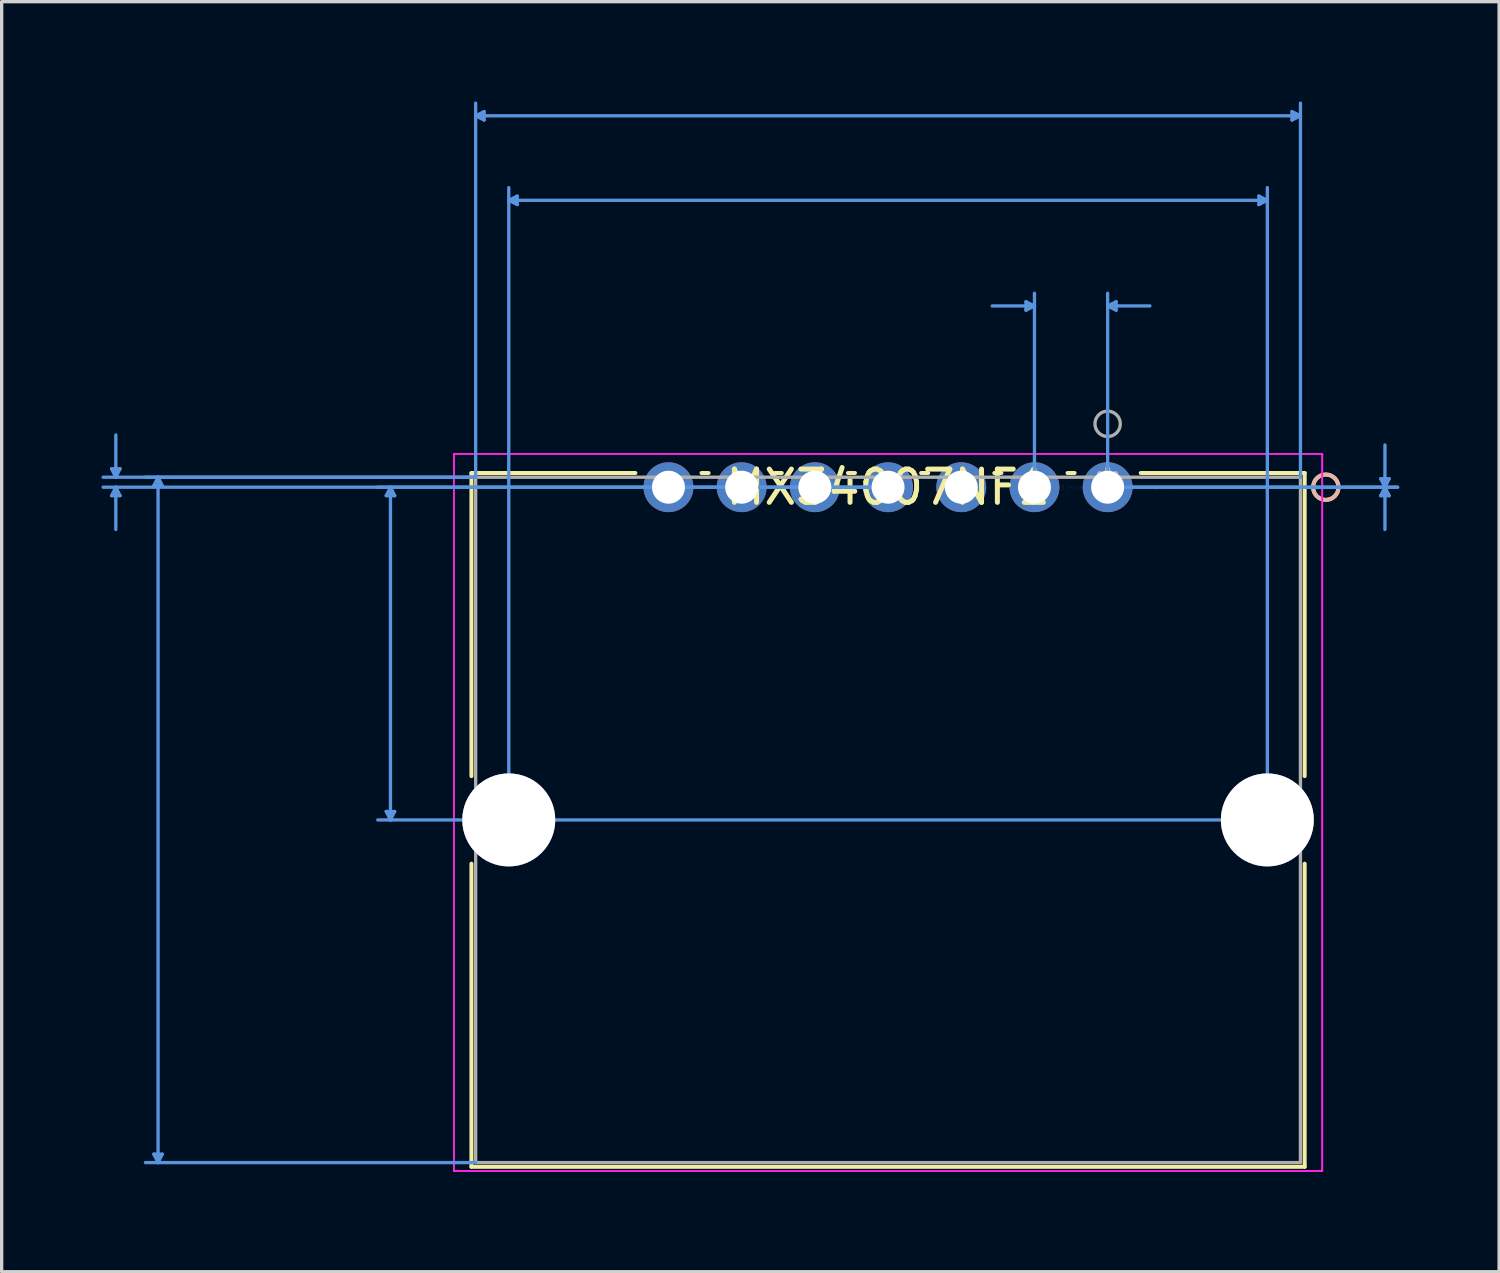
<source format=kicad_pcb>
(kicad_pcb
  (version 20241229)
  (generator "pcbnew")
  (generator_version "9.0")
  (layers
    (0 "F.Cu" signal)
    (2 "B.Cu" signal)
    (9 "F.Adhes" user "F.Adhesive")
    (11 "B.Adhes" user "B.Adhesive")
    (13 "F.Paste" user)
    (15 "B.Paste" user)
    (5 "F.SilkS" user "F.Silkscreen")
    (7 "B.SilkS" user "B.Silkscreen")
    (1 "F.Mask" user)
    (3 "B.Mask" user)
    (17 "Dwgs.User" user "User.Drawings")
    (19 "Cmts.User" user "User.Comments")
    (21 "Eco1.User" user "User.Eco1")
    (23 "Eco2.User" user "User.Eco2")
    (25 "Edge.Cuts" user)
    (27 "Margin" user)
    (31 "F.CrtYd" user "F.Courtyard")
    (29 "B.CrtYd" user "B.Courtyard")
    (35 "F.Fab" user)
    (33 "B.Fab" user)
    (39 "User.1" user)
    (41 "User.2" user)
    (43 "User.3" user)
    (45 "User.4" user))
  (footprint "MX34007NF1"
    (layer "F.Cu")
    (at 30.242 11.594)
    (property "Reference" "MX34007NF1" (at -6.6 0 0) (layer "F.SilkS") (effects (font (size 1 1) (thickness 0.15))))
    (attr through_hole)
    (fp_line (start -19.122 -0.427) (end -19.122 8.684) (stroke (width 0.12) (type solid)) (layer "F.SilkS"))
    (fp_line (start -19.122 11.316) (end -19.122 20.426) (stroke (width 0.12) (type solid)) (layer "F.SilkS"))
    (fp_line (start -19.122 20.426) (end 5.922 20.426) (stroke (width 0.12) (type solid)) (layer "F.SilkS"))
    (fp_line (start -14.194 -0.427) (end -19.122 -0.427) (stroke (width 0.12) (type solid)) (layer "F.SilkS"))
    (fp_line (start -11.994 -0.427) (end -12.206 -0.427) (stroke (width 0.12) (type solid)) (layer "F.SilkS"))
    (fp_line (start -9.794 -0.427) (end -10.006 -0.427) (stroke (width 0.12) (type solid)) (layer "F.SilkS"))
    (fp_line (start -7.594 -0.427) (end -7.806 -0.427) (stroke (width 0.12) (type solid)) (layer "F.SilkS"))
    (fp_line (start -5.394 -0.427) (end -5.606 -0.427) (stroke (width 0.12) (type solid)) (layer "F.SilkS"))
    (fp_line (start -3.194 -0.427) (end -3.406 -0.427) (stroke (width 0.12) (type solid)) (layer "F.SilkS"))
    (fp_line (start -0.994 -0.427) (end -1.206 -0.427) (stroke (width 0.12) (type solid)) (layer "F.SilkS"))
    (fp_line (start 5.922 -0.427) (end 0.994 -0.427) (stroke (width 0.12) (type solid)) (layer "F.SilkS"))
    (fp_line (start 5.922 8.684) (end 5.922 -0.427) (stroke (width 0.12) (type solid)) (layer "F.SilkS"))
    (fp_line (start 5.922 20.426) (end 5.922 11.316) (stroke (width 0.12) (type solid)) (layer "F.SilkS"))
    (fp_circle (center 6.557 0) (end 6.938 0) (stroke (width 0.12) (type solid)) (fill no) (layer "F.SilkS"))
    (fp_circle (center 6.557 0) (end 6.938 0) (stroke (width 0.12) (type solid)) (fill no) (layer "B.SilkS"))
    (fp_line (start -29.938 -0.554) (end -29.684 -0.554) (stroke (width 0.1) (type solid)) (layer "Cmts.User"))
    (fp_line (start -29.938 0.254) (end -29.684 0.254) (stroke (width 0.1) (type solid)) (layer "Cmts.User"))
    (fp_line (start -29.811 -0.3) (end -29.938 -0.554) (stroke (width 0.1) (type solid)) (layer "Cmts.User"))
    (fp_line (start -29.811 -0.3) (end -29.811 -1.57) (stroke (width 0.1) (type solid)) (layer "Cmts.User"))
    (fp_line (start -29.811 -0.3) (end -29.684 -0.554) (stroke (width 0.1) (type solid)) (layer "Cmts.User"))
    (fp_line (start -29.811 0) (end -29.938 0.254) (stroke (width 0.1) (type solid)) (layer "Cmts.User"))
    (fp_line (start -29.811 0) (end -29.811 1.27) (stroke (width 0.1) (type solid)) (layer "Cmts.User"))
    (fp_line (start -29.811 0) (end -29.684 0.254) (stroke (width 0.1) (type solid)) (layer "Cmts.User"))
    (fp_line (start -28.668 -0.046) (end -28.414 -0.046) (stroke (width 0.1) (type solid)) (layer "Cmts.User"))
    (fp_line (start -28.668 20.045) (end -28.414 20.045) (stroke (width 0.1) (type solid)) (layer "Cmts.User"))
    (fp_line (start -28.541 -0.3) (end -28.668 -0.046) (stroke (width 0.1) (type solid)) (layer "Cmts.User"))
    (fp_line (start -28.541 -0.3) (end -28.541 20.299) (stroke (width 0.1) (type solid)) (layer "Cmts.User"))
    (fp_line (start -28.541 -0.3) (end -28.414 -0.046) (stroke (width 0.1) (type solid)) (layer "Cmts.User"))
    (fp_line (start -28.541 20.299) (end -28.668 20.045) (stroke (width 0.1) (type solid)) (layer "Cmts.User"))
    (fp_line (start -28.541 20.299) (end -28.414 20.045) (stroke (width 0.1) (type solid)) (layer "Cmts.User"))
    (fp_line (start -21.683 0.254) (end -21.429 0.254) (stroke (width 0.1) (type solid)) (layer "Cmts.User"))
    (fp_line (start -21.683 9.746) (end -21.429 9.746) (stroke (width 0.1) (type solid)) (layer "Cmts.User"))
    (fp_line (start -21.556 0) (end -21.683 0.254) (stroke (width 0.1) (type solid)) (layer "Cmts.User"))
    (fp_line (start -21.556 0) (end -21.556 10) (stroke (width 0.1) (type solid)) (layer "Cmts.User"))
    (fp_line (start -21.556 0) (end -21.429 0.254) (stroke (width 0.1) (type solid)) (layer "Cmts.User"))
    (fp_line (start -21.556 10) (end -21.683 9.746) (stroke (width 0.1) (type solid)) (layer "Cmts.User"))
    (fp_line (start -21.556 10) (end -21.429 9.746) (stroke (width 0.1) (type solid)) (layer "Cmts.User"))
    (fp_line (start -18.995 -11.163) (end -18.741 -11.29) (stroke (width 0.1) (type solid)) (layer "Cmts.User"))
    (fp_line (start -18.995 -11.163) (end -18.741 -11.036) (stroke (width 0.1) (type solid)) (layer "Cmts.User"))
    (fp_line (start -18.995 -11.163) (end 5.795 -11.163) (stroke (width 0.1) (type solid)) (layer "Cmts.User"))
    (fp_line (start -18.995 -0.3) (end -30.192 -0.3) (stroke (width 0.1) (type solid)) (layer "Cmts.User"))
    (fp_line (start -18.995 -0.3) (end -28.922 -0.3) (stroke (width 0.1) (type solid)) (layer "Cmts.User"))
    (fp_line (start -18.995 -0.3) (end -18.995 -11.544) (stroke (width 0.1) (type solid)) (layer "Cmts.User"))
    (fp_line (start -18.995 20.299) (end -28.922 20.299) (stroke (width 0.1) (type solid)) (layer "Cmts.User"))
    (fp_line (start -18.741 -11.29) (end -18.741 -11.036) (stroke (width 0.1) (type solid)) (layer "Cmts.User"))
    (fp_line (start -18 -8.623) (end -17.746 -8.75) (stroke (width 0.1) (type solid)) (layer "Cmts.User"))
    (fp_line (start -18 -8.623) (end -17.746 -8.496) (stroke (width 0.1) (type solid)) (layer "Cmts.User"))
    (fp_line (start -18 -8.623) (end 4.8 -8.623) (stroke (width 0.1) (type solid)) (layer "Cmts.User"))
    (fp_line (start -18 10) (end -18 -9.004) (stroke (width 0.1) (type solid)) (layer "Cmts.User"))
    (fp_line (start -17.746 -8.75) (end -17.746 -8.496) (stroke (width 0.1) (type solid)) (layer "Cmts.User"))
    (fp_line (start -6.6 0) (end -30.192 0) (stroke (width 0.1) (type solid)) (layer "Cmts.User"))
    (fp_line (start -6.6 0) (end -21.937 0) (stroke (width 0.1) (type solid)) (layer "Cmts.User"))
    (fp_line (start -2.454 -5.575) (end -2.454 -5.321) (stroke (width 0.1) (type solid)) (layer "Cmts.User"))
    (fp_line (start -2.2 -5.448) (end -3.47 -5.448) (stroke (width 0.1) (type solid)) (layer "Cmts.User"))
    (fp_line (start -2.2 -5.448) (end -2.454 -5.575) (stroke (width 0.1) (type solid)) (layer "Cmts.User"))
    (fp_line (start -2.2 -5.448) (end -2.454 -5.321) (stroke (width 0.1) (type solid)) (layer "Cmts.User"))
    (fp_line (start -2.2 0) (end -2.2 -5.829) (stroke (width 0.1) (type solid)) (layer "Cmts.User"))
    (fp_line (start 0 -5.448) (end 0.254 -5.575) (stroke (width 0.1) (type solid)) (layer "Cmts.User"))
    (fp_line (start 0 -5.448) (end 0.254 -5.321) (stroke (width 0.1) (type solid)) (layer "Cmts.User"))
    (fp_line (start 0 -5.448) (end 1.27 -5.448) (stroke (width 0.1) (type solid)) (layer "Cmts.User"))
    (fp_line (start 0 0) (end 0 -5.829) (stroke (width 0.1) (type solid)) (layer "Cmts.User"))
    (fp_line (start 0 0) (end 8.716 0) (stroke (width 0.1) (type solid)) (layer "Cmts.User"))
    (fp_line (start 0 0) (end 8.716 0) (stroke (width 0.1) (type solid)) (layer "Cmts.User"))
    (fp_line (start 0.254 -5.575) (end 0.254 -5.321) (stroke (width 0.1) (type solid)) (layer "Cmts.User"))
    (fp_line (start 4.546 -8.75) (end 4.546 -8.496) (stroke (width 0.1) (type solid)) (layer "Cmts.User"))
    (fp_line (start 4.8 -8.623) (end 4.546 -8.75) (stroke (width 0.1) (type solid)) (layer "Cmts.User"))
    (fp_line (start 4.8 -8.623) (end 4.546 -8.496) (stroke (width 0.1) (type solid)) (layer "Cmts.User"))
    (fp_line (start 4.8 10) (end -21.937 10) (stroke (width 0.1) (type solid)) (layer "Cmts.User"))
    (fp_line (start 4.8 10) (end 4.8 -9.004) (stroke (width 0.1) (type solid)) (layer "Cmts.User"))
    (fp_line (start 5.541 -11.29) (end 5.541 -11.036) (stroke (width 0.1) (type solid)) (layer "Cmts.User"))
    (fp_line (start 5.795 -11.163) (end 5.541 -11.29) (stroke (width 0.1) (type solid)) (layer "Cmts.User"))
    (fp_line (start 5.795 -11.163) (end 5.541 -11.036) (stroke (width 0.1) (type solid)) (layer "Cmts.User"))
    (fp_line (start 5.795 -0.3) (end 5.795 -11.544) (stroke (width 0.1) (type solid)) (layer "Cmts.User"))
    (fp_line (start 8.208 -0.254) (end 8.462 -0.254) (stroke (width 0.1) (type solid)) (layer "Cmts.User"))
    (fp_line (start 8.208 0.254) (end 8.462 0.254) (stroke (width 0.1) (type solid)) (layer "Cmts.User"))
    (fp_line (start 8.335 0) (end 8.208 -0.254) (stroke (width 0.1) (type solid)) (layer "Cmts.User"))
    (fp_line (start 8.335 0) (end 8.208 0.254) (stroke (width 0.1) (type solid)) (layer "Cmts.User"))
    (fp_line (start 8.335 0) (end 8.335 -1.27) (stroke (width 0.1) (type solid)) (layer "Cmts.User"))
    (fp_line (start 8.335 0) (end 8.335 1.27) (stroke (width 0.1) (type solid)) (layer "Cmts.User"))
    (fp_line (start 8.335 0) (end 8.462 -0.254) (stroke (width 0.1) (type solid)) (layer "Cmts.User"))
    (fp_line (start 8.335 0) (end 8.462 0.254) (stroke (width 0.1) (type solid)) (layer "Cmts.User"))
    (fp_line (start -19.651 -1.003) (end -19.651 20.553) (stroke (width 0.05) (type solid)) (layer "F.CrtYd"))
    (fp_line (start -19.651 -1.003) (end -19.651 20.553) (stroke (width 0.05) (type solid)) (layer "F.CrtYd"))
    (fp_line (start -19.651 20.553) (end 6.451 20.553) (stroke (width 0.05) (type solid)) (layer "F.CrtYd"))
    (fp_line (start -19.651 20.553) (end 6.451 20.553) (stroke (width 0.05) (type solid)) (layer "F.CrtYd"))
    (fp_line (start 6.451 -1.003) (end -19.651 -1.003) (stroke (width 0.05) (type solid)) (layer "F.CrtYd"))
    (fp_line (start 6.451 -1.003) (end -19.651 -1.003) (stroke (width 0.05) (type solid)) (layer "F.CrtYd"))
    (fp_line (start 6.451 20.553) (end 6.451 -1.003) (stroke (width 0.05) (type solid)) (layer "F.CrtYd"))
    (fp_line (start 6.451 20.553) (end 6.451 -1.003) (stroke (width 0.05) (type solid)) (layer "F.CrtYd"))
    (fp_line (start -18.995 -0.3) (end -18.995 20.299) (stroke (width 0.1) (type solid)) (layer "F.Fab"))
    (fp_line (start -18.995 20.299) (end 5.795 20.299) (stroke (width 0.1) (type solid)) (layer "F.Fab"))
    (fp_line (start 5.795 -0.3) (end -18.995 -0.3) (stroke (width 0.1) (type solid)) (layer "F.Fab"))
    (fp_line (start 5.795 20.299) (end 5.795 -0.3) (stroke (width 0.1) (type solid)) (layer "F.Fab"))
    (fp_circle (center 0 -1.905) (end 0.381 -1.905) (stroke (width 0.1) (type solid)) (fill no) (layer "F.Fab"))
    (fp_text user "*" (at 0 0 0) (layer "F.SilkS") (effects (font (size 1 1) (thickness 0.15))))
    (fp_text user "Copyright 2021 Accelerated Designs. All rights reserved." (at 0 0 0) (layer "Cmts.User") (effects (font (size 0.127 0.127) (thickness 0.002))))
    (fp_text user "*" (at 0 0 0) (layer "F.Fab") (effects (font (size 1 1) (thickness 0.15))))
    (pad "1" thru_hole circle (at 0 0) (size 1.499 1.499) (drill 0.991) (layers "*.Cu" "*.Mask"))
    (pad "2" thru_hole circle (at -2.2 0) (size 1.499 1.499) (drill 0.991) (layers "*.Cu" "*.Mask"))
    (pad "3" thru_hole circle (at -4.4 0) (size 1.499 1.499) (drill 0.991) (layers "*.Cu" "*.Mask"))
    (pad "4" thru_hole circle (at -6.6 0) (size 1.499 1.499) (drill 0.991) (layers "*.Cu" "*.Mask"))
    (pad "5" thru_hole circle (at -8.8 0) (size 1.499 1.499) (drill 0.991) (layers "*.Cu" "*.Mask"))
    (pad "6" thru_hole circle (at -11 0) (size 1.499 1.499) (drill 0.991) (layers "*.Cu" "*.Mask"))
    (pad "7" thru_hole circle (at -13.2 0) (size 1.499 1.499) (drill 0.991) (layers "*.Cu" "*.Mask"))
    (pad "8" thru_hole circle (at -18 10) (size 2.794 2.794) (drill 2.794) (layers "*.Cu" "*.Mask"))
    (pad "9" thru_hole circle (at 4.8 10) (size 2.794 2.794) (drill 2.794) (layers "*.Cu" "*.Mask")))
  (gr_rect
    (start -3 -3)
    (end 42.008 35.173)
    (stroke (width 0.1) (type default))
    (fill no)
    (layer "Edge.Cuts")))
</source>
